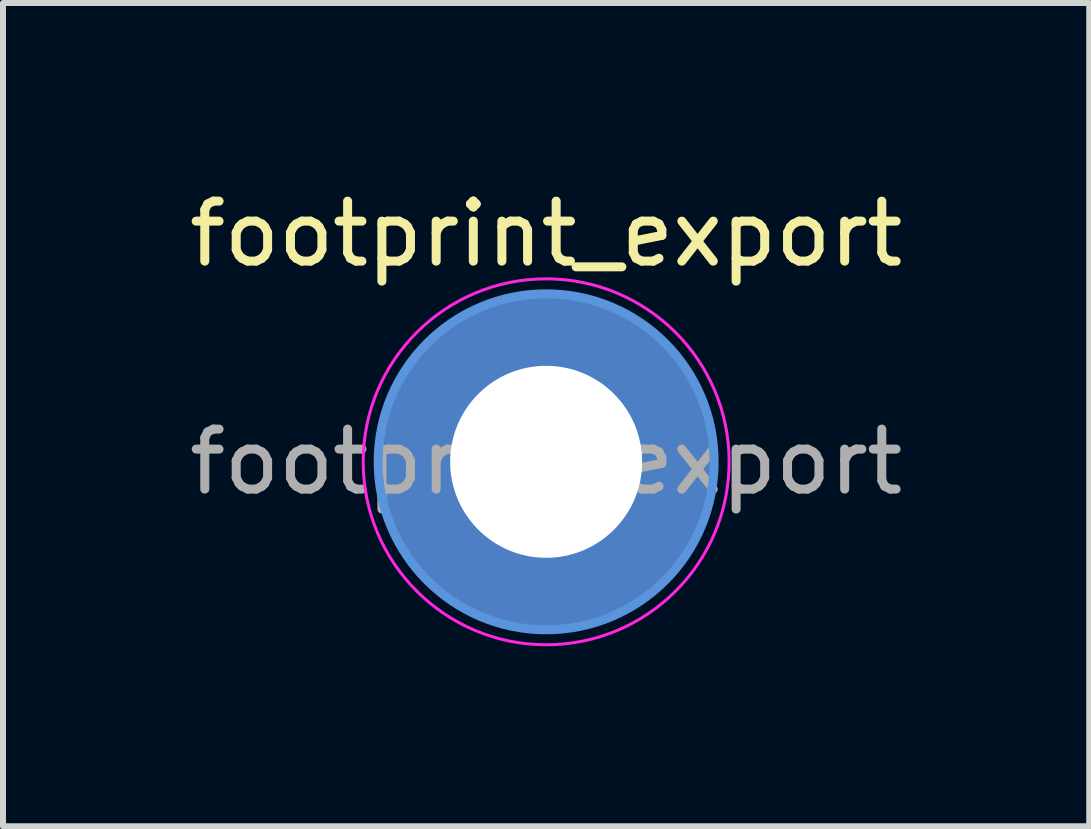
<source format=kicad_pcb>
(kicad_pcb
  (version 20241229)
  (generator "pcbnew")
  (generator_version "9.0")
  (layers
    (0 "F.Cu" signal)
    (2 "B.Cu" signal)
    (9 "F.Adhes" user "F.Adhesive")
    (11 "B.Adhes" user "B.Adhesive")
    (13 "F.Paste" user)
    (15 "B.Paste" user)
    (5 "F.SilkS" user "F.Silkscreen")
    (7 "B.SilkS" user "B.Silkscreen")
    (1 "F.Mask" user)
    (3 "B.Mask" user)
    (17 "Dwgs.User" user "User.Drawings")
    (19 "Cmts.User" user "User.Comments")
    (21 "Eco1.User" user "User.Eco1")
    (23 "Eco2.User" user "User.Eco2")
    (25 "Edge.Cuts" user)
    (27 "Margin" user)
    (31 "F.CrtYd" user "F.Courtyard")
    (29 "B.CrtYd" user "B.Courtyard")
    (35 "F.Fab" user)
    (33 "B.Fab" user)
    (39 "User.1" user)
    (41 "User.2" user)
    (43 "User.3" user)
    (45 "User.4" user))
  (footprint "footprint_export"
    (layer "F.Cu")
    (at 6.054 4.648)
    (property "Reference" "footprint_export" (at 0 -3.8 0) (layer "F.SilkS") (effects (font (size 1 1) (thickness 0.15))))
    (attr exclude_from_pos_files exclude_from_bom)
    (fp_circle (center 0 0) (end 2.8 0) (stroke (width 0.15) (type solid)) (fill no) (layer "Cmts.User"))
    (fp_circle (center 0 0) (end 3.05 0) (stroke (width 0.05) (type solid)) (fill no) (layer "F.CrtYd"))
    (fp_text user "${REFERENCE}" (at 0 0 0) (layer "F.Fab") (effects (font (size 1 1) (thickness 0.15))))
    (pad "1" thru_hole circle (at 0 0) (size 3.6 3.6) (drill 3.2) (layers "*.Cu" "*.Mask"))
    (pad "1" connect circle (at 0 0) (size 5.6 5.6) (layers "F.Cu" "F.Mask"))
    (pad "1" connect circle (at 0 0) (size 5.6 5.6) (layers "B.Cu" "B.Mask")))
  (gr_rect
    (start -3 -3)
    (end 15.107 10.723)
    (stroke (width 0.1) (type default))
    (fill no)
    (layer "Edge.Cuts")))
</source>
